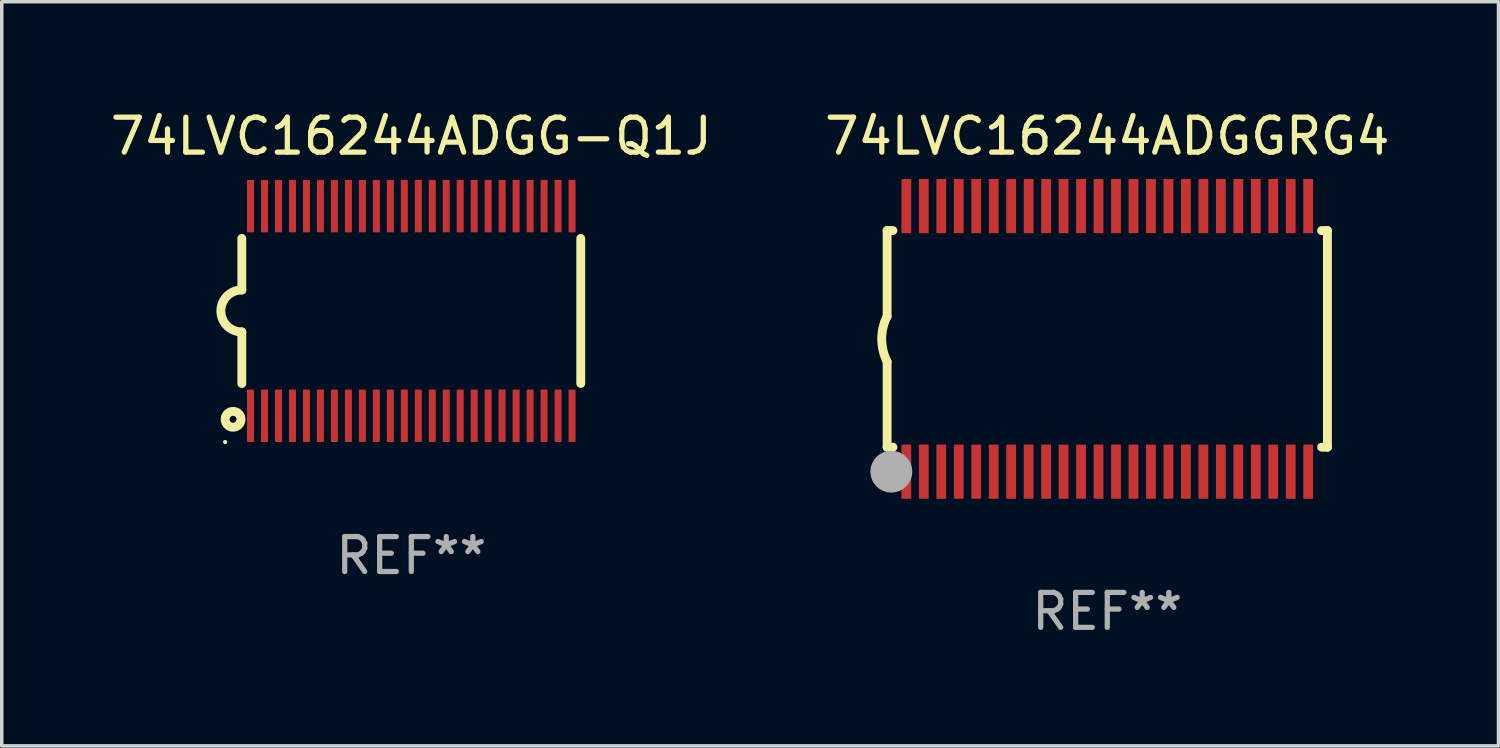
<source format=kicad_pcb>
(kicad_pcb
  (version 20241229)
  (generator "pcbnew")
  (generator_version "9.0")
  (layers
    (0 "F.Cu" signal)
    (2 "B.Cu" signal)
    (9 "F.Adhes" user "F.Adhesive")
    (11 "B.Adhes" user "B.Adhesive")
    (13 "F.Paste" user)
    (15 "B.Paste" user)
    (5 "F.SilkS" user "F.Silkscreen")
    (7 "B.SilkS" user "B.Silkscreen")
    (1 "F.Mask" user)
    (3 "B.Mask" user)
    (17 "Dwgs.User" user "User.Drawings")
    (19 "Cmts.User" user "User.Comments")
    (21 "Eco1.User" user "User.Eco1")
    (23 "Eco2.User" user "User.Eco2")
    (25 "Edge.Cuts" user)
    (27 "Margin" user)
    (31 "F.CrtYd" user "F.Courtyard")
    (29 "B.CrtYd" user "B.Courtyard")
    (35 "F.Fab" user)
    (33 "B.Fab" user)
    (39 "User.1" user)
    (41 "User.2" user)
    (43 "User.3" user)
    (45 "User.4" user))
  (footprint "74LVC16244ADGGRG4"
    (layer "F.Cu")
    (at 28.637 6.648)
    (property "Reference" "74LVC16244ADGGRG4" (at 0 -5.8 0) (layer "F.SilkS") (effects (font (size 1 1) (thickness 0.15))))
    (attr through_hole)
    (fp_line (start -6.3 -3.1) (end -6.3 -0.65) (stroke (width 0.254) (type solid)) (layer "F.SilkS"))
    (fp_line (start -6.3 -3.1) (end -6.134 -3.1) (stroke (width 0.254) (type solid)) (layer "F.SilkS"))
    (fp_line (start -6.3 3.1) (end -6.3 0.65) (stroke (width 0.254) (type solid)) (layer "F.SilkS"))
    (fp_line (start -6.3 3.1) (end -6.134 3.1) (stroke (width 0.254) (type solid)) (layer "F.SilkS"))
    (fp_line (start 6.134 -3.1) (end 6.3 -3.1) (stroke (width 0.254) (type solid)) (layer "F.SilkS"))
    (fp_line (start 6.134 3.1) (end 6.3 3.1) (stroke (width 0.254) (type solid)) (layer "F.SilkS"))
    (fp_line (start 6.3 -3.1) (end 6.3 3.1) (stroke (width 0.254) (type solid)) (layer "F.SilkS"))
    (fp_arc (start -6.301016 0.650114) (mid -6.45413 -0.000082) (end -6.3 -0.650038) (stroke (width 0.254001) (type solid)) (layer "F.SilkS"))
    (fp_circle (center -6.35 3.81) (end -6.223 3.81) (stroke (width 0.254) (type solid)) (fill no) (layer "F.SilkS"))
    (fp_circle (center -6.25 4.05) (end -6.22 4.05) (stroke (width 0.06) (type solid)) (fill no) (layer "F.SilkS"))
    (fp_circle (center -6.18 3.8) (end -5.88 3.8) (stroke (width 0.6) (type solid)) (fill no) (layer "F.Fab"))
    (fp_text user "REF**" (at 0 7.8 0) (layer "F.Fab") (effects (font (size 1 1) (thickness 0.15))))
    (pad "1" smd rect (at -5.75 3.8) (size 0.28 1.55) (layers "F.Cu" "F.Mask" "F.Paste"))
    (pad "2" smd rect (at -5.25 3.8) (size 0.28 1.55) (layers "F.Cu" "F.Mask" "F.Paste"))
    (pad "3" smd rect (at -4.75 3.8) (size 0.28 1.55) (layers "F.Cu" "F.Mask" "F.Paste"))
    (pad "4" smd rect (at -4.25 3.8) (size 0.28 1.55) (layers "F.Cu" "F.Mask" "F.Paste"))
    (pad "5" smd rect (at -3.75 3.8) (size 0.28 1.55) (layers "F.Cu" "F.Mask" "F.Paste"))
    (pad "6" smd rect (at -3.25 3.8) (size 0.28 1.55) (layers "F.Cu" "F.Mask" "F.Paste"))
    (pad "7" smd rect (at -2.75 3.8) (size 0.28 1.55) (layers "F.Cu" "F.Mask" "F.Paste"))
    (pad "8" smd rect (at -2.25 3.8) (size 0.28 1.55) (layers "F.Cu" "F.Mask" "F.Paste"))
    (pad "9" smd rect (at -1.75 3.8) (size 0.28 1.55) (layers "F.Cu" "F.Mask" "F.Paste"))
    (pad "10" smd rect (at -1.25 3.8) (size 0.28 1.55) (layers "F.Cu" "F.Mask" "F.Paste"))
    (pad "11" smd rect (at -0.75 3.8) (size 0.28 1.55) (layers "F.Cu" "F.Mask" "F.Paste"))
    (pad "12" smd rect (at -0.25 3.8) (size 0.28 1.55) (layers "F.Cu" "F.Mask" "F.Paste"))
    (pad "13" smd rect (at 0.25 3.8) (size 0.28 1.55) (layers "F.Cu" "F.Mask" "F.Paste"))
    (pad "14" smd rect (at 0.75 3.8) (size 0.28 1.55) (layers "F.Cu" "F.Mask" "F.Paste"))
    (pad "15" smd rect (at 1.25 3.8) (size 0.28 1.55) (layers "F.Cu" "F.Mask" "F.Paste"))
    (pad "16" smd rect (at 1.75 3.8) (size 0.28 1.55) (layers "F.Cu" "F.Mask" "F.Paste"))
    (pad "17" smd rect (at 2.25 3.8) (size 0.28 1.55) (layers "F.Cu" "F.Mask" "F.Paste"))
    (pad "18" smd rect (at 2.75 3.8) (size 0.28 1.55) (layers "F.Cu" "F.Mask" "F.Paste"))
    (pad "19" smd rect (at 3.25 3.8) (size 0.28 1.55) (layers "F.Cu" "F.Mask" "F.Paste"))
    (pad "20" smd rect (at 3.75 3.8) (size 0.28 1.55) (layers "F.Cu" "F.Mask" "F.Paste"))
    (pad "21" smd rect (at 4.25 3.8) (size 0.28 1.55) (layers "F.Cu" "F.Mask" "F.Paste"))
    (pad "22" smd rect (at 4.75 3.8) (size 0.28 1.55) (layers "F.Cu" "F.Mask" "F.Paste"))
    (pad "23" smd rect (at 5.25 3.8) (size 0.28 1.55) (layers "F.Cu" "F.Mask" "F.Paste"))
    (pad "24" smd rect (at 5.75 3.8) (size 0.28 1.55) (layers "F.Cu" "F.Mask" "F.Paste"))
    (pad "25" smd rect (at 5.75 -3.8) (size 0.28 1.55) (layers "F.Cu" "F.Mask" "F.Paste"))
    (pad "26" smd rect (at 5.25 -3.8) (size 0.28 1.55) (layers "F.Cu" "F.Mask" "F.Paste"))
    (pad "27" smd rect (at 4.75 -3.8) (size 0.28 1.55) (layers "F.Cu" "F.Mask" "F.Paste"))
    (pad "28" smd rect (at 4.25 -3.8) (size 0.28 1.55) (layers "F.Cu" "F.Mask" "F.Paste"))
    (pad "29" smd rect (at 3.75 -3.8) (size 0.28 1.55) (layers "F.Cu" "F.Mask" "F.Paste"))
    (pad "30" smd rect (at 3.25 -3.8) (size 0.28 1.55) (layers "F.Cu" "F.Mask" "F.Paste"))
    (pad "31" smd rect (at 2.75 -3.8) (size 0.28 1.55) (layers "F.Cu" "F.Mask" "F.Paste"))
    (pad "32" smd rect (at 2.25 -3.8) (size 0.28 1.55) (layers "F.Cu" "F.Mask" "F.Paste"))
    (pad "33" smd rect (at 1.75 -3.8) (size 0.28 1.55) (layers "F.Cu" "F.Mask" "F.Paste"))
    (pad "34" smd rect (at 1.25 -3.8) (size 0.28 1.55) (layers "F.Cu" "F.Mask" "F.Paste"))
    (pad "35" smd rect (at 0.75 -3.8) (size 0.28 1.55) (layers "F.Cu" "F.Mask" "F.Paste"))
    (pad "36" smd rect (at 0.25 -3.8) (size 0.28 1.55) (layers "F.Cu" "F.Mask" "F.Paste"))
    (pad "37" smd rect (at -0.25 -3.8) (size 0.28 1.55) (layers "F.Cu" "F.Mask" "F.Paste"))
    (pad "38" smd rect (at -0.75 -3.8) (size 0.28 1.55) (layers "F.Cu" "F.Mask" "F.Paste"))
    (pad "39" smd rect (at -1.25 -3.8) (size 0.28 1.55) (layers "F.Cu" "F.Mask" "F.Paste"))
    (pad "40" smd rect (at -1.75 -3.8) (size 0.28 1.55) (layers "F.Cu" "F.Mask" "F.Paste"))
    (pad "41" smd rect (at -2.25 -3.8) (size 0.28 1.55) (layers "F.Cu" "F.Mask" "F.Paste"))
    (pad "42" smd rect (at -2.75 -3.8) (size 0.28 1.55) (layers "F.Cu" "F.Mask" "F.Paste"))
    (pad "43" smd rect (at -3.25 -3.8) (size 0.28 1.55) (layers "F.Cu" "F.Mask" "F.Paste"))
    (pad "44" smd rect (at -3.75 -3.8) (size 0.28 1.55) (layers "F.Cu" "F.Mask" "F.Paste"))
    (pad "45" smd rect (at -4.25 -3.8) (size 0.28 1.55) (layers "F.Cu" "F.Mask" "F.Paste"))
    (pad "46" smd rect (at -4.75 -3.8) (size 0.28 1.55) (layers "F.Cu" "F.Mask" "F.Paste"))
    (pad "47" smd rect (at -5.25 -3.8) (size 0.28 1.55) (layers "F.Cu" "F.Mask" "F.Paste"))
    (pad "48" smd rect (at -5.75 -3.8) (size 0.28 1.55) (layers "F.Cu" "F.Mask" "F.Paste")))
  (footprint "74LVC16244ADGG-Q1J"
    (layer "F.Cu")
    (at 8.72 5.849)
    (property "Reference" "74LVC16244ADGG-Q1J" (at 0 -5.001 0) (layer "F.SilkS") (effects (font (size 1 1) (thickness 0.15))))
    (attr through_hole)
    (fp_line (start -4.85 -2.076) (end -4.85 -0.6) (stroke (width 0.254) (type solid)) (layer "F.SilkS"))
    (fp_line (start -4.85 2.076) (end -4.85 0.6) (stroke (width 0.254) (type solid)) (layer "F.SilkS"))
    (fp_line (start 4.85 -2.075) (end 4.85 2.075) (stroke (width 0.254) (type solid)) (layer "F.SilkS"))
    (fp_arc (start -4.850013 0.6) (mid -5.449099 -0.0008) (end -4.848869 -0.600457) (stroke (width 0.254001) (type solid)) (layer "F.SilkS"))
    (fp_circle (center -5.327 3.751) (end -5.297 3.751) (stroke (width 0.06) (type solid)) (fill no) (layer "F.SilkS"))
    (fp_circle (center -5.1 3.1) (end -5 3.1) (stroke (width 0.254) (type solid)) (fill no) (layer "F.SilkS"))
    (fp_text user "REF**" (at 0 7.001 0) (layer "F.Fab") (effects (font (size 1 1) (thickness 0.15))))
    (pad "1" smd rect (at -4.6 3) (size 0.2 1.5) (layers "F.Cu" "F.Mask" "F.Paste"))
    (pad "2" smd rect (at -4.2 3) (size 0.2 1.5) (layers "F.Cu" "F.Mask" "F.Paste"))
    (pad "3" smd rect (at -3.8 3) (size 0.2 1.5) (layers "F.Cu" "F.Mask" "F.Paste"))
    (pad "4" smd rect (at -3.4 3) (size 0.2 1.5) (layers "F.Cu" "F.Mask" "F.Paste"))
    (pad "5" smd rect (at -3 3.001) (size 0.2 1.5) (layers "F.Cu" "F.Mask" "F.Paste"))
    (pad "6" smd rect (at -2.6 3) (size 0.2 1.5) (layers "F.Cu" "F.Mask" "F.Paste"))
    (pad "7" smd rect (at -2.2 3) (size 0.2 1.5) (layers "F.Cu" "F.Mask" "F.Paste"))
    (pad "8" smd rect (at -1.8 3) (size 0.2 1.5) (layers "F.Cu" "F.Mask" "F.Paste"))
    (pad "9" smd rect (at -1.4 3) (size 0.2 1.5) (layers "F.Cu" "F.Mask" "F.Paste"))
    (pad "10" smd rect (at -1 3) (size 0.2 1.5) (layers "F.Cu" "F.Mask" "F.Paste"))
    (pad "11" smd rect (at -0.6 3) (size 0.2 1.5) (layers "F.Cu" "F.Mask" "F.Paste"))
    (pad "12" smd rect (at -0.2 3) (size 0.2 1.5) (layers "F.Cu" "F.Mask" "F.Paste"))
    (pad "13" smd rect (at 0.2 3) (size 0.2 1.5) (layers "F.Cu" "F.Mask" "F.Paste"))
    (pad "14" smd rect (at 0.6 3) (size 0.2 1.5) (layers "F.Cu" "F.Mask" "F.Paste"))
    (pad "15" smd rect (at 1 3) (size 0.2 1.5) (layers "F.Cu" "F.Mask" "F.Paste"))
    (pad "16" smd rect (at 1.4 3) (size 0.2 1.5) (layers "F.Cu" "F.Mask" "F.Paste"))
    (pad "17" smd rect (at 1.8 3) (size 0.2 1.5) (layers "F.Cu" "F.Mask" "F.Paste"))
    (pad "18" smd rect (at 2.2 3.001) (size 0.2 1.5) (layers "F.Cu" "F.Mask" "F.Paste"))
    (pad "19" smd rect (at 2.598 2.998) (size 0.2 1.5) (layers "F.Cu" "F.Mask" "F.Paste"))
    (pad "20" smd rect (at 3 3) (size 0.2 1.5) (layers "F.Cu" "F.Mask" "F.Paste"))
    (pad "21" smd rect (at 3.4 3) (size 0.2 1.5) (layers "F.Cu" "F.Mask" "F.Paste"))
    (pad "22" smd rect (at 3.8 2.998) (size 0.2 1.5) (layers "F.Cu" "F.Mask" "F.Paste"))
    (pad "23" smd rect (at 4.2 3) (size 0.2 1.5) (layers "F.Cu" "F.Mask" "F.Paste"))
    (pad "24" smd rect (at 4.6 3) (size 0.2 1.5) (layers "F.Cu" "F.Mask" "F.Paste"))
    (pad "25" smd rect (at 4.6 -3) (size 0.2 1.5) (layers "F.Cu" "F.Mask" "F.Paste"))
    (pad "26" smd rect (at 4.2 -3) (size 0.2 1.5) (layers "F.Cu" "F.Mask" "F.Paste"))
    (pad "27" smd rect (at 3.8 -3) (size 0.2 1.5) (layers "F.Cu" "F.Mask" "F.Paste"))
    (pad "28" smd rect (at 3.4 -3) (size 0.2 1.5) (layers "F.Cu" "F.Mask" "F.Paste"))
    (pad "29" smd rect (at 3 -3) (size 0.2 1.5) (layers "F.Cu" "F.Mask" "F.Paste"))
    (pad "30" smd rect (at 2.6 -3) (size 0.2 1.5) (layers "F.Cu" "F.Mask" "F.Paste"))
    (pad "31" smd rect (at 2.2 -3) (size 0.2 1.5) (layers "F.Cu" "F.Mask" "F.Paste"))
    (pad "32" smd rect (at 1.8 -3) (size 0.2 1.5) (layers "F.Cu" "F.Mask" "F.Paste"))
    (pad "33" smd rect (at 1.4 -3) (size 0.2 1.5) (layers "F.Cu" "F.Mask" "F.Paste"))
    (pad "34" smd rect (at 1 -3) (size 0.2 1.5) (layers "F.Cu" "F.Mask" "F.Paste"))
    (pad "35" smd rect (at 0.6 -3) (size 0.2 1.5) (layers "F.Cu" "F.Mask" "F.Paste"))
    (pad "36" smd rect (at 0.201 -3.001) (size 0.2 1.5) (layers "F.Cu" "F.Mask" "F.Paste"))
    (pad "37" smd rect (at -0.2 -3) (size 0.2 1.5) (layers "F.Cu" "F.Mask" "F.Paste"))
    (pad "38" smd rect (at -0.6 -3) (size 0.2 1.5) (layers "F.Cu" "F.Mask" "F.Paste"))
    (pad "39" smd rect (at -1 -3) (size 0.2 1.5) (layers "F.Cu" "F.Mask" "F.Paste"))
    (pad "40" smd rect (at -1.4 -3) (size 0.2 1.5) (layers "F.Cu" "F.Mask" "F.Paste"))
    (pad "41" smd rect (at -1.8 -3) (size 0.2 1.5) (layers "F.Cu" "F.Mask" "F.Paste"))
    (pad "42" smd rect (at -2.2 -3) (size 0.2 1.5) (layers "F.Cu" "F.Mask" "F.Paste"))
    (pad "43" smd rect (at -2.6 -3) (size 0.2 1.5) (layers "F.Cu" "F.Mask" "F.Paste"))
    (pad "44" smd rect (at -3 -3) (size 0.2 1.5) (layers "F.Cu" "F.Mask" "F.Paste"))
    (pad "45" smd rect (at -3.4 -3) (size 0.2 1.5) (layers "F.Cu" "F.Mask" "F.Paste"))
    (pad "46" smd rect (at -3.8 -3) (size 0.2 1.5) (layers "F.Cu" "F.Mask" "F.Paste"))
    (pad "47" smd rect (at -4.2 -3) (size 0.2 1.5) (layers "F.Cu" "F.Mask" "F.Paste"))
    (pad "48" smd rect (at -4.6 -3) (size 0.2 1.5) (layers "F.Cu" "F.Mask" "F.Paste")))
  (gr_rect
    (start -3 -3)
    (end 39.833 18.296)
    (stroke (width 0.1) (type default))
    (fill no)
    (layer "Edge.Cuts")))
</source>
